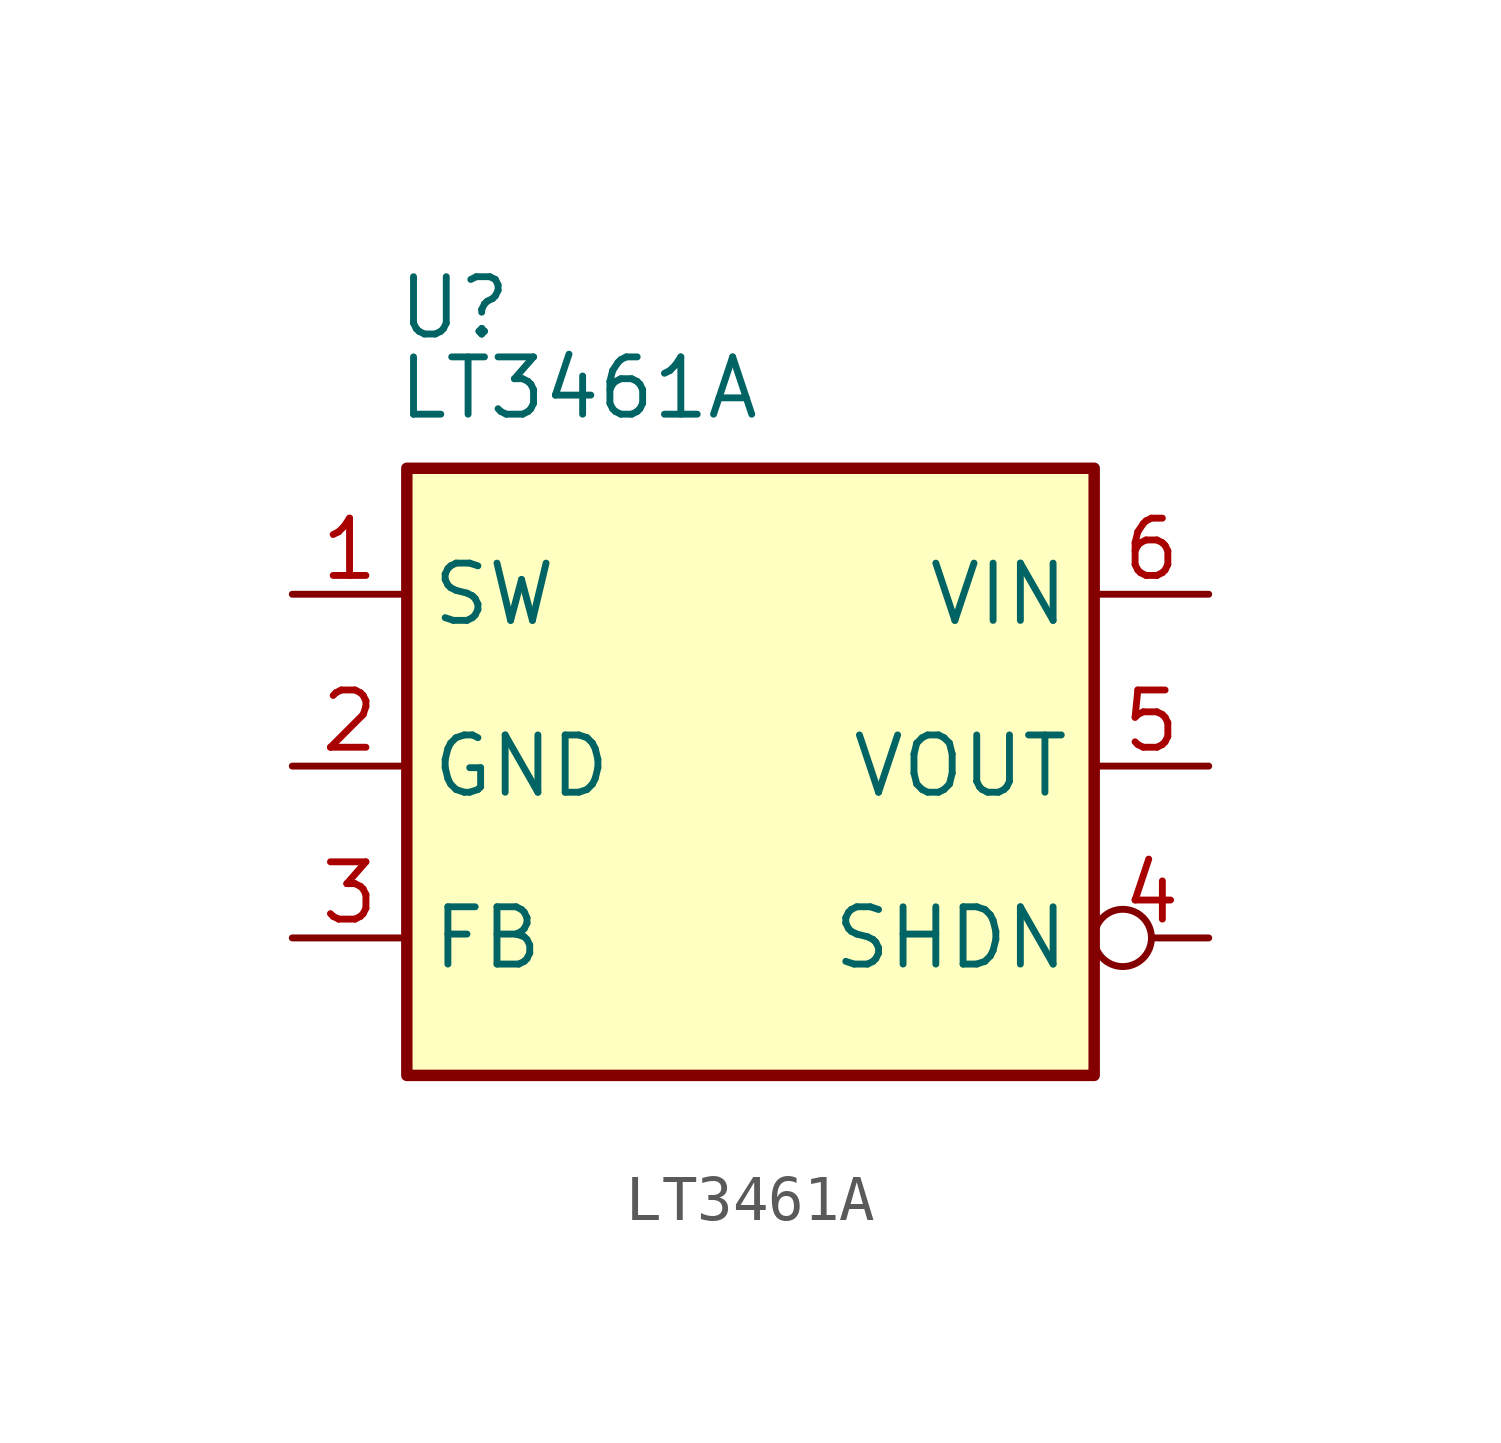
<source format=kicad_sym>
(kicad_symbol_lib
  (version 20231120)
  (generator "kicad_symbol_editor")
  (generator_version "8.0")
  (symbol "LT3461A"
    (property "Reference" "U"
      (at -7.874 10.16 0)
      (effects (font (size 1.27 1.27)) (justify left)))
    (property "Value" "LT3461A"
      (at -7.874 8.382 0)
      (effects (font (size 1.27 1.27)) (justify left)))
    (symbol "LT3461A_0_1"
      (rectangle (start -7.62 6.604) (end 7.62 -6.858) (stroke (width 0.254) (type default)) (fill (type background))))
    (symbol "LT3461A_1_1"
      (pin output line (at -10.16 3.81 0) (length 2.54) (name "SW" (effects (font (size 1.27 1.27)))) (number "1" (effects (font (size 1.27 1.27)))))
      (pin power_in line (at -10.16 0 0) (length 2.54) (name "GND" (effects (font (size 1.27 1.27)))) (number "2" (effects (font (size 1.27 1.27)))))
      (pin input line (at -10.16 -3.81 0) (length 2.54) (name "FB" (effects (font (size 1.27 1.27)))) (number "3" (effects (font (size 1.27 1.27)))))
      (pin input inverted (at 10.16 -3.81 180) (length 2.54) (name "SHDN" (effects (font (size 1.27 1.27)))) (number "4" (effects (font (size 1.27 1.27)))))
      (pin power_out line (at 10.16 0 180) (length 2.54) (name "VOUT" (effects (font (size 1.27 1.27)))) (number "5" (effects (font (size 1.27 1.27)))))
      (pin power_in line (at 10.16 3.81 180) (length 2.54) (name "VIN" (effects (font (size 1.27 1.27)))) (number "6" (effects (font (size 1.27 1.27))))))))
</source>
